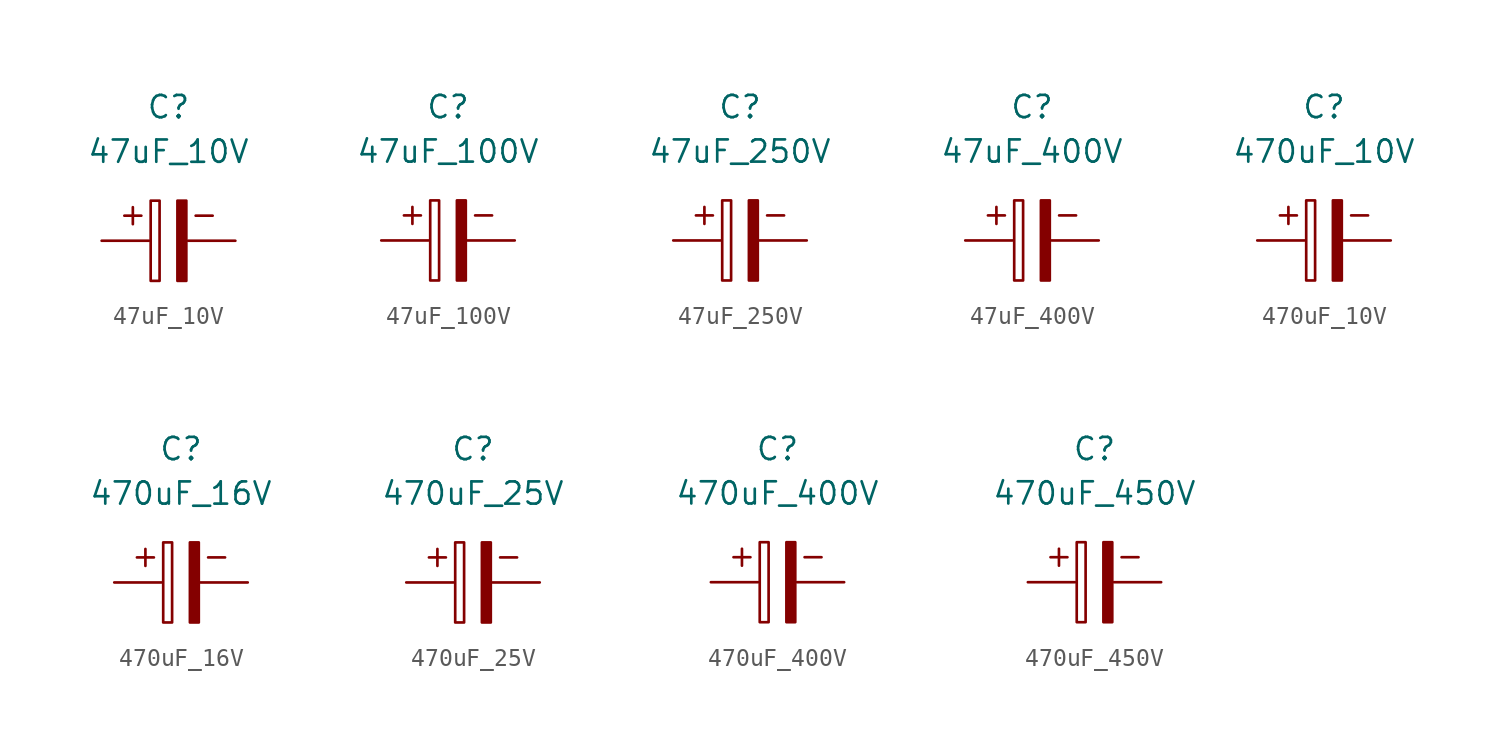
<source format=kicad_sym>
(kicad_symbol_lib
  (version 20211014)
  (generator kicad_symbol_editor)
  (symbol "47uF_10V"
    (property "Reference" "C"
      (at 0 7.62 0)
      (effects (font (size 1.27 1.27))))
    (property "Value" "47uF_10V"
      (at 0 5.08 0)
      (effects (font (size 1.27 1.27))))
    (symbol "47uF_10V_0_0"
      (text "+" (at -2.032 1.524 0) (effects (font (size 1.27 1.27))))
      (text "-" (at 2.032 1.524 0) (effects (font (size 1.27 1.27)))))
    (symbol "47uF_10V_0_1"
      (rectangle (start -1.016 -2.286) (end -0.508 2.286) (stroke (width 0) (type default) (color 0 0 0 0)) (fill (type none)))
      (rectangle (start 0.508 -2.286) (end 1.016 2.286) (stroke (width 0) (type default) (color 0 0 0 0)) (fill (type outline))))
    (symbol "47uF_10V_1_1"
      (pin passive line (at -3.81 0 0) (length 2.7) (name "~" (effects (font (size 0 0)))) (number "1" (effects (font (size 0 0)))))
      (pin input line (at 3.81 0 180) (length 2.7) (name "~" (effects (font (size 0 0)))) (number "2" (effects (font (size 0 0)))))))
  (symbol "47uF_100V"
    (property "Reference" "C"
      (at 0 7.62 0)
      (effects (font (size 1.27 1.27))))
    (property "Value" "47uF_100V"
      (at 0 5.08 0)
      (effects (font (size 1.27 1.27))))
    (symbol "47uF_100V_0_0"
      (text "+" (at -2.032 1.524 0) (effects (font (size 1.27 1.27))))
      (text "-" (at 2.032 1.524 0) (effects (font (size 1.27 1.27)))))
    (symbol "47uF_100V_0_1"
      (rectangle (start -1.016 -2.286) (end -0.508 2.286) (stroke (width 0) (type default) (color 0 0 0 0)) (fill (type none)))
      (rectangle (start 0.508 -2.286) (end 1.016 2.286) (stroke (width 0) (type default) (color 0 0 0 0)) (fill (type outline))))
    (symbol "47uF_100V_1_1"
      (pin passive line (at -3.81 0 0) (length 2.7) (name "~" (effects (font (size 0 0)))) (number "1" (effects (font (size 0 0)))))
      (pin input line (at 3.81 0 180) (length 2.7) (name "~" (effects (font (size 0 0)))) (number "2" (effects (font (size 0 0)))))))
  (symbol "47uF_250V"
    (property "Reference" "C"
      (at 0 7.62 0)
      (effects (font (size 1.27 1.27))))
    (property "Value" "47uF_250V"
      (at 0 5.08 0)
      (effects (font (size 1.27 1.27))))
    (symbol "47uF_250V_0_0"
      (text "+" (at -2.032 1.524 0) (effects (font (size 1.27 1.27))))
      (text "-" (at 2.032 1.524 0) (effects (font (size 1.27 1.27)))))
    (symbol "47uF_250V_0_1"
      (rectangle (start -1.016 -2.286) (end -0.508 2.286) (stroke (width 0) (type default) (color 0 0 0 0)) (fill (type none)))
      (rectangle (start 0.508 -2.286) (end 1.016 2.286) (stroke (width 0) (type default) (color 0 0 0 0)) (fill (type outline))))
    (symbol "47uF_250V_1_1"
      (pin passive line (at -3.81 0 0) (length 2.7) (name "~" (effects (font (size 0 0)))) (number "1" (effects (font (size 0 0)))))
      (pin input line (at 3.81 0 180) (length 2.7) (name "~" (effects (font (size 0 0)))) (number "2" (effects (font (size 0 0)))))))
  (symbol "47uF_400V"
    (property "Reference" "C"
      (at 0 7.62 0)
      (effects (font (size 1.27 1.27))))
    (property "Value" "47uF_400V"
      (at 0 5.08 0)
      (effects (font (size 1.27 1.27))))
    (symbol "47uF_400V_0_0"
      (text "+" (at -2.032 1.524 0) (effects (font (size 1.27 1.27))))
      (text "-" (at 2.032 1.524 0) (effects (font (size 1.27 1.27)))))
    (symbol "47uF_400V_0_1"
      (rectangle (start -1.016 -2.286) (end -0.508 2.286) (stroke (width 0) (type default) (color 0 0 0 0)) (fill (type none)))
      (rectangle (start 0.508 -2.286) (end 1.016 2.286) (stroke (width 0) (type default) (color 0 0 0 0)) (fill (type outline))))
    (symbol "47uF_400V_1_1"
      (pin passive line (at -3.81 0 0) (length 2.7) (name "~" (effects (font (size 0 0)))) (number "1" (effects (font (size 0 0)))))
      (pin input line (at 3.81 0 180) (length 2.7) (name "~" (effects (font (size 0 0)))) (number "2" (effects (font (size 0 0)))))))
  (symbol "470uF_10V"
    (property "Reference" "C"
      (at 0 7.62 0)
      (effects (font (size 1.27 1.27))))
    (property "Value" "470uF_10V"
      (at 0 5.08 0)
      (effects (font (size 1.27 1.27))))
    (symbol "470uF_10V_0_0"
      (text "+" (at -2.032 1.524 0) (effects (font (size 1.27 1.27))))
      (text "-" (at 2.032 1.524 0) (effects (font (size 1.27 1.27)))))
    (symbol "470uF_10V_0_1"
      (rectangle (start -1.016 -2.286) (end -0.508 2.286) (stroke (width 0) (type default) (color 0 0 0 0)) (fill (type none)))
      (rectangle (start 0.508 -2.286) (end 1.016 2.286) (stroke (width 0) (type default) (color 0 0 0 0)) (fill (type outline))))
    (symbol "470uF_10V_1_1"
      (pin passive line (at -3.81 0 0) (length 2.7) (name "~" (effects (font (size 0 0)))) (number "1" (effects (font (size 0 0)))))
      (pin input line (at 3.81 0 180) (length 2.7) (name "~" (effects (font (size 0 0)))) (number "2" (effects (font (size 0 0)))))))
  (symbol "470uF_16V"
    (property "Reference" "C"
      (at 0 7.62 0)
      (effects (font (size 1.27 1.27))))
    (property "Value" "470uF_16V"
      (at 0 5.08 0)
      (effects (font (size 1.27 1.27))))
    (symbol "470uF_16V_0_0"
      (text "+" (at -2.032 1.524 0) (effects (font (size 1.27 1.27))))
      (text "-" (at 2.032 1.524 0) (effects (font (size 1.27 1.27)))))
    (symbol "470uF_16V_0_1"
      (rectangle (start -1.016 -2.286) (end -0.508 2.286) (stroke (width 0) (type default) (color 0 0 0 0)) (fill (type none)))
      (rectangle (start 0.508 -2.286) (end 1.016 2.286) (stroke (width 0) (type default) (color 0 0 0 0)) (fill (type outline))))
    (symbol "470uF_16V_1_1"
      (pin passive line (at -3.81 0 0) (length 2.7) (name "~" (effects (font (size 0 0)))) (number "1" (effects (font (size 0 0)))))
      (pin input line (at 3.81 0 180) (length 2.7) (name "~" (effects (font (size 0 0)))) (number "2" (effects (font (size 0 0)))))))
  (symbol "470uF_25V"
    (property "Reference" "C"
      (at 0 7.62 0)
      (effects (font (size 1.27 1.27))))
    (property "Value" "470uF_25V"
      (at 0 5.08 0)
      (effects (font (size 1.27 1.27))))
    (symbol "470uF_25V_0_0"
      (text "+" (at -2.032 1.524 0) (effects (font (size 1.27 1.27))))
      (text "-" (at 2.032 1.524 0) (effects (font (size 1.27 1.27)))))
    (symbol "470uF_25V_0_1"
      (rectangle (start -1.016 -2.286) (end -0.508 2.286) (stroke (width 0) (type default) (color 0 0 0 0)) (fill (type none)))
      (rectangle (start 0.508 -2.286) (end 1.016 2.286) (stroke (width 0) (type default) (color 0 0 0 0)) (fill (type outline))))
    (symbol "470uF_25V_1_1"
      (pin passive line (at -3.81 0 0) (length 2.7) (name "~" (effects (font (size 0 0)))) (number "1" (effects (font (size 0 0)))))
      (pin input line (at 3.81 0 180) (length 2.7) (name "~" (effects (font (size 0 0)))) (number "2" (effects (font (size 0 0)))))))
  (symbol "470uF_400V"
    (property "Reference" "C"
      (at 0 7.62 0)
      (effects (font (size 1.27 1.27))))
    (property "Value" "470uF_400V"
      (at 0 5.08 0)
      (effects (font (size 1.27 1.27))))
    (symbol "470uF_400V_0_0"
      (text "+" (at -2.032 1.524 0) (effects (font (size 1.27 1.27))))
      (text "-" (at 2.032 1.524 0) (effects (font (size 1.27 1.27)))))
    (symbol "470uF_400V_0_1"
      (rectangle (start -1.016 -2.286) (end -0.508 2.286) (stroke (width 0) (type default) (color 0 0 0 0)) (fill (type none)))
      (rectangle (start 0.508 -2.286) (end 1.016 2.286) (stroke (width 0) (type default) (color 0 0 0 0)) (fill (type outline))))
    (symbol "470uF_400V_1_1"
      (pin passive line (at -3.81 0 0) (length 2.7) (name "~" (effects (font (size 0 0)))) (number "1" (effects (font (size 0 0)))))
      (pin input line (at 3.81 0 180) (length 2.7) (name "~" (effects (font (size 0 0)))) (number "2" (effects (font (size 0 0)))))))
  (symbol "470uF_450V"
    (property "Reference" "C"
      (at 0 7.62 0)
      (effects (font (size 1.27 1.27))))
    (property "Value" "470uF_450V"
      (at 0 5.08 0)
      (effects (font (size 1.27 1.27))))
    (symbol "470uF_450V_0_0"
      (text "+" (at -2.032 1.524 0) (effects (font (size 1.27 1.27))))
      (text "-" (at 2.032 1.524 0) (effects (font (size 1.27 1.27)))))
    (symbol "470uF_450V_0_1"
      (rectangle (start -1.016 -2.286) (end -0.508 2.286) (stroke (width 0) (type default) (color 0 0 0 0)) (fill (type none)))
      (rectangle (start 0.508 -2.286) (end 1.016 2.286) (stroke (width 0) (type default) (color 0 0 0 0)) (fill (type outline))))
    (symbol "470uF_450V_1_1"
      (pin passive line (at -3.81 0 0) (length 2.7) (name "~" (effects (font (size 0 0)))) (number "1" (effects (font (size 0 0)))))
      (pin input line (at 3.81 0 180) (length 2.7) (name "~" (effects (font (size 0 0)))) (number "2" (effects (font (size 0 0))))))))
</source>
